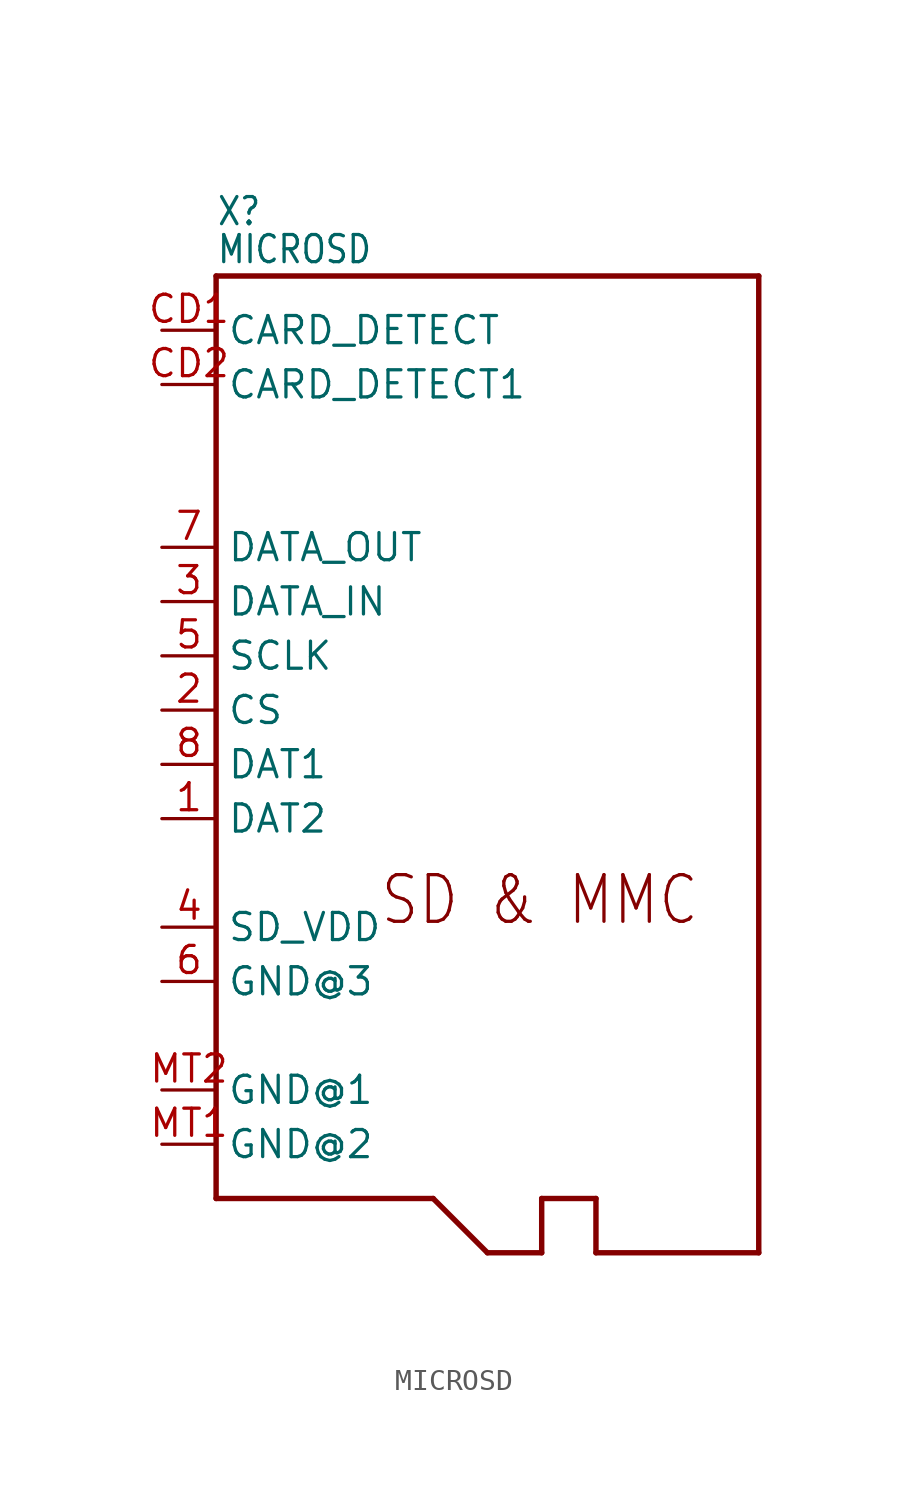
<source format=kicad_sym>
(kicad_symbol_lib
  (version 20211014)
  (generator kicad_symbol_editor)
  (symbol "MICROSD"
    (property "Reference" "X"
      (at -12.7 22.606 0)
      (effects (font (size 1.27 1.079)) (justify left bottom)))
    (property "Value" "MICROSD"
      (at -12.7 20.828 0)
      (effects (font (size 1.27 1.079)) (justify left bottom)))
    (property "ki_locked" ""
      (at 0 0 0)
      (effects (font (size 1.27 1.27))))
    (symbol "MICROSD_1_0"
      (polyline (pts (xy -12.7 -22.86) (xy -2.54 -22.86)) (stroke (width 0.254) (type default) (color 0 0 0 0)) (fill (type none)))
      (polyline (pts (xy -12.7 20.32) (xy -12.7 -22.86)) (stroke (width 0.254) (type default) (color 0 0 0 0)) (fill (type none)))
      (polyline (pts (xy -2.54 -22.86) (xy 0 -25.4)) (stroke (width 0.254) (type default) (color 0 0 0 0)) (fill (type none)))
      (polyline (pts (xy 0 -25.4) (xy 2.54 -25.4)) (stroke (width 0.254) (type default) (color 0 0 0 0)) (fill (type none)))
      (polyline (pts (xy 2.54 -25.4) (xy 2.54 -22.86)) (stroke (width 0.254) (type default) (color 0 0 0 0)) (fill (type none)))
      (polyline (pts (xy 2.54 -22.86) (xy 5.08 -22.86)) (stroke (width 0.254) (type default) (color 0 0 0 0)) (fill (type none)))
      (polyline (pts (xy 5.08 -25.4) (xy 12.7 -25.4)) (stroke (width 0.254) (type default) (color 0 0 0 0)) (fill (type none)))
      (polyline (pts (xy 5.08 -22.86) (xy 5.08 -25.4)) (stroke (width 0.254) (type default) (color 0 0 0 0)) (fill (type none)))
      (polyline (pts (xy 12.7 -25.4) (xy 12.7 20.32)) (stroke (width 0.254) (type default) (color 0 0 0 0)) (fill (type none)))
      (polyline (pts (xy 12.7 20.32) (xy -12.7 20.32)) (stroke (width 0.254) (type default) (color 0 0 0 0)) (fill (type none)))
      (text "SD & MMC" (at -5.08 -10.16 0) (effects (font (size 2.184 1.857)) (justify left bottom)))
      (pin bidirectional line (at -15.24 -5.08 0) (length 2.54) (name "DAT2" (effects (font (size 1.27 1.27)))) (number "1" (effects (font (size 1.27 1.27)))))
      (pin input line (at -15.24 0 0) (length 2.54) (name "CS" (effects (font (size 1.27 1.27)))) (number "2" (effects (font (size 1.27 1.27)))))
      (pin input line (at -15.24 5.08 0) (length 2.54) (name "DATA_IN" (effects (font (size 1.27 1.27)))) (number "3" (effects (font (size 1.27 1.27)))))
      (pin power_in line (at -15.24 -10.16 0) (length 2.54) (name "SD_VDD" (effects (font (size 1.27 1.27)))) (number "4" (effects (font (size 1.27 1.27)))))
      (pin input line (at -15.24 2.54 0) (length 2.54) (name "SCLK" (effects (font (size 1.27 1.27)))) (number "5" (effects (font (size 1.27 1.27)))))
      (pin power_in line (at -15.24 -12.7 0) (length 2.54) (name "GND@3" (effects (font (size 1.27 1.27)))) (number "6" (effects (font (size 1.27 1.27)))))
      (pin output line (at -15.24 7.62 0) (length 2.54) (name "DATA_OUT" (effects (font (size 1.27 1.27)))) (number "7" (effects (font (size 1.27 1.27)))))
      (pin bidirectional line (at -15.24 -2.54 0) (length 2.54) (name "DAT1" (effects (font (size 1.27 1.27)))) (number "8" (effects (font (size 1.27 1.27)))))
      (pin passive line (at -15.24 17.78 0) (length 2.54) (name "CARD_DETECT" (effects (font (size 1.27 1.27)))) (number "CD1" (effects (font (size 1.27 1.27)))))
      (pin passive line (at -15.24 15.24 0) (length 2.54) (name "CARD_DETECT1" (effects (font (size 1.27 1.27)))) (number "CD2" (effects (font (size 1.27 1.27)))))
      (pin power_in line (at -15.24 -20.32 0) (length 2.54) (name "GND@2" (effects (font (size 1.27 1.27)))) (number "MT1" (effects (font (size 1.27 1.27)))))
      (pin power_in line (at -15.24 -17.78 0) (length 2.54) (name "GND@1" (effects (font (size 1.27 1.27)))) (number "MT2" (effects (font (size 1.27 1.27))))))))
</source>
